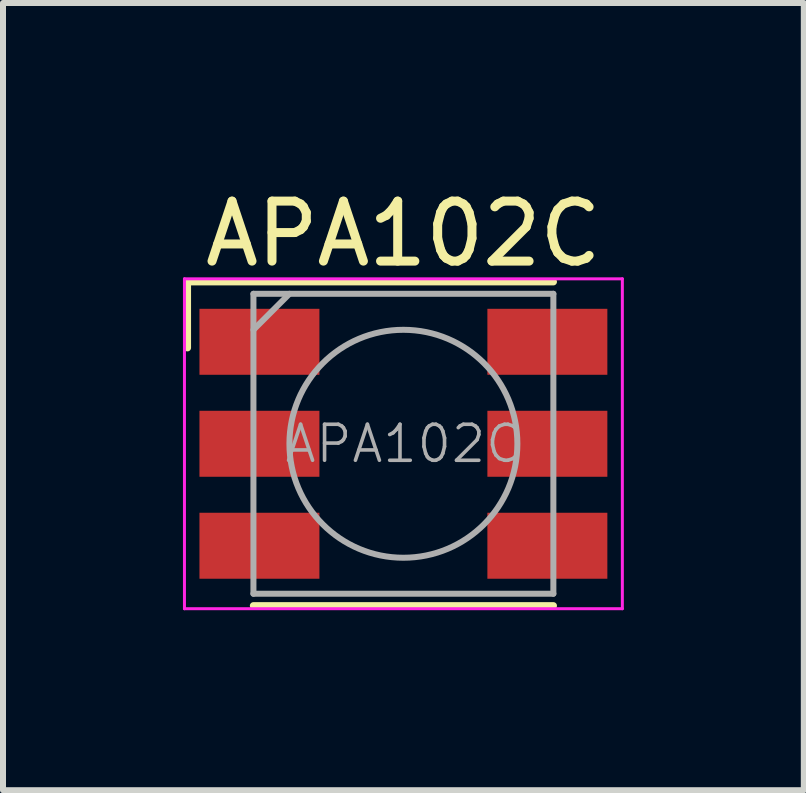
<source format=kicad_pcb>
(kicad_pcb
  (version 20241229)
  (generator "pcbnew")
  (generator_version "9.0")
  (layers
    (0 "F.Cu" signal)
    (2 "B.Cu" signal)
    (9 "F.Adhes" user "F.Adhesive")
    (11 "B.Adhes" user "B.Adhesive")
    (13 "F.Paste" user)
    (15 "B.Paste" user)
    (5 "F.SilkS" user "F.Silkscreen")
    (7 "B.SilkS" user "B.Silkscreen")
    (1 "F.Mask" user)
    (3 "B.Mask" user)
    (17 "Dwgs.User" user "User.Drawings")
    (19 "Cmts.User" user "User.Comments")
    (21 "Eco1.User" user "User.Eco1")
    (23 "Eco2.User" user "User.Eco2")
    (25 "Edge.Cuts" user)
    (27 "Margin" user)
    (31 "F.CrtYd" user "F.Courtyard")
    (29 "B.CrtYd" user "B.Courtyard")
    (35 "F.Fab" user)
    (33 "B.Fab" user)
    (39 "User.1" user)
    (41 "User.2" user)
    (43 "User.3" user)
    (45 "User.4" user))
  (footprint "APA102C"
    (layer "F.Cu")
    (at 3.675 4.348)
    (property "Reference" "APA102C" (at 0 -3.5 180) (layer "F.SilkS") (effects (font (size 1 1) (thickness 0.15))))
    (attr smd)
    (fp_line (start -3.6 -2.7) (end 2.5 -2.7) (stroke (width 0.12) (type solid)) (layer "F.SilkS"))
    (fp_line (start -3.6 -1.6) (end -3.6 -2.7) (stroke (width 0.12) (type solid)) (layer "F.SilkS"))
    (fp_line (start 2.5 2.7) (end -2.5 2.7) (stroke (width 0.12) (type solid)) (layer "F.SilkS"))
    (fp_line (start -3.65 -2.75) (end -3.65 2.75) (stroke (width 0.05) (type solid)) (layer "F.CrtYd"))
    (fp_line (start -3.65 2.75) (end 3.65 2.75) (stroke (width 0.05) (type solid)) (layer "F.CrtYd"))
    (fp_line (start 3.65 -2.75) (end -3.65 -2.75) (stroke (width 0.05) (type solid)) (layer "F.CrtYd"))
    (fp_line (start 3.65 2.75) (end 3.65 -2.75) (stroke (width 0.05) (type solid)) (layer "F.CrtYd"))
    (fp_line (start -2.5 -2.5) (end -2.5 2.5) (stroke (width 0.1) (type solid)) (layer "F.Fab"))
    (fp_line (start -2.5 -1.9) (end -1.9 -2.5) (stroke (width 0.1) (type solid)) (layer "F.Fab"))
    (fp_line (start -2.5 2.5) (end 2.5 2.5) (stroke (width 0.1) (type solid)) (layer "F.Fab"))
    (fp_line (start 2.5 -2.5) (end -2.5 -2.5) (stroke (width 0.1) (type solid)) (layer "F.Fab"))
    (fp_line (start 2.5 2.5) (end 2.5 -2.5) (stroke (width 0.1) (type solid)) (layer "F.Fab"))
    (fp_circle (center 0 0) (end 0 -1.9) (stroke (width 0.1) (type solid)) (fill no) (layer "F.Fab"))
    (fp_text user "${REFERENCE}" (at 0 0 0) (layer "F.Fab") (effects (font (size 0.6 0.6) (thickness 0.06))))
    (pad "1" smd rect (at -2.4 -1.7 90) (size 1.1 2) (layers "F.Cu" "F.Mask" "F.Paste"))
    (pad "2" smd rect (at -2.4 0 90) (size 1.1 2) (layers "F.Cu" "F.Mask" "F.Paste"))
    (pad "3" smd rect (at -2.4 1.7 90) (size 1.1 2) (layers "F.Cu" "F.Mask" "F.Paste"))
    (pad "4" smd rect (at 2.4 -1.7 90) (size 1.1 2) (layers "F.Cu" "F.Mask" "F.Paste"))
    (pad "5" smd rect (at 2.4 0 90) (size 1.1 2) (layers "F.Cu" "F.Mask" "F.Paste"))
    (pad "6" smd rect (at 2.4 1.7 90) (size 1.1 2) (layers "F.Cu" "F.Mask" "F.Paste")))
  (gr_rect
    (start -3 -3)
    (end 10.35 10.123)
    (stroke (width 0.1) (type default))
    (fill no)
    (layer "Edge.Cuts")))
</source>
